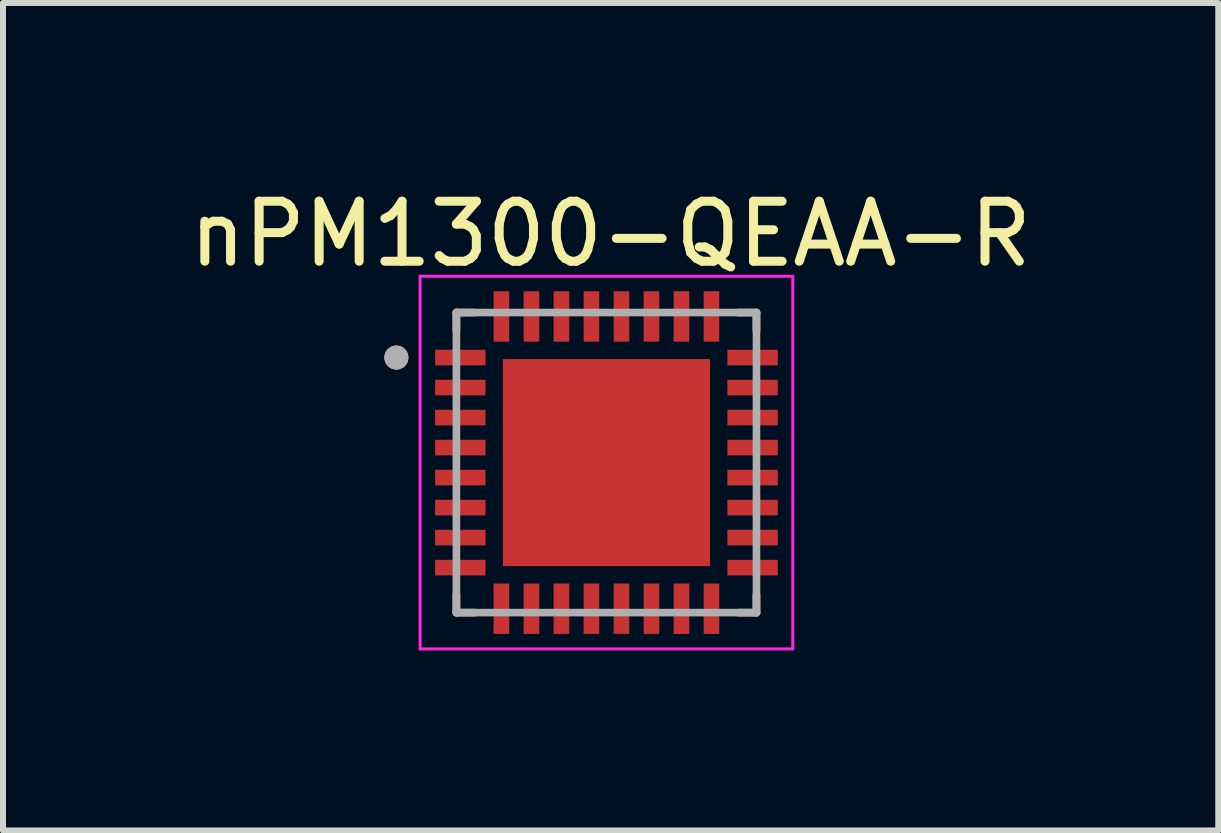
<source format=kicad_pcb>
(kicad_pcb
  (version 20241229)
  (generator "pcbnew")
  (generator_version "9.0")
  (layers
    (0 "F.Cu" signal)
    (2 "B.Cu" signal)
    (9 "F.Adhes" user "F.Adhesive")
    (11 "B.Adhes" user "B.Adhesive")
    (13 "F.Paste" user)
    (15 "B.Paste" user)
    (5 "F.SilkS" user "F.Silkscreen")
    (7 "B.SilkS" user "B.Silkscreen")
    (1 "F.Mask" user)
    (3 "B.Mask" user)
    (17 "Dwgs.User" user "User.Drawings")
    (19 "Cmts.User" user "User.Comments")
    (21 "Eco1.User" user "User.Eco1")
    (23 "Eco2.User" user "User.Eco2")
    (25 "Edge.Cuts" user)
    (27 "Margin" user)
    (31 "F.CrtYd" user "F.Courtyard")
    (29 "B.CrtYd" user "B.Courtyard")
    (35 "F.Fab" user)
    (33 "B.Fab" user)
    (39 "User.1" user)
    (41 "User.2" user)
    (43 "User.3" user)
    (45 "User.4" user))
  (footprint "nPM1300-QEAA-R"
    (layer "F.Cu")
    (at 7.055 4.658)
    (property "Reference" "nPM1300-QEAA-R" (at 0.07 -3.81 0) (layer "F.SilkS") (effects (font (size 1 1) (thickness 0.15))))
    (attr smd)
    (fp_poly (pts (xy -2.905 -1.93) (xy -1.965 -1.93) (xy -1.965 -1.57) (xy -2.905 -1.57)) (stroke (width 0.01) (type solid)) (fill yes) (layer "F.Mask"))
    (fp_poly (pts (xy -2.905 -1.43) (xy -1.965 -1.43) (xy -1.965 -1.07) (xy -2.905 -1.07)) (stroke (width 0.01) (type solid)) (fill yes) (layer "F.Mask"))
    (fp_poly (pts (xy -2.905 -0.93) (xy -1.965 -0.93) (xy -1.965 -0.57) (xy -2.905 -0.57)) (stroke (width 0.01) (type solid)) (fill yes) (layer "F.Mask"))
    (fp_poly (pts (xy -2.905 -0.43) (xy -1.965 -0.43) (xy -1.965 -0.07) (xy -2.905 -0.07)) (stroke (width 0.01) (type solid)) (fill yes) (layer "F.Mask"))
    (fp_poly (pts (xy -2.905 0.07) (xy -1.965 0.07) (xy -1.965 0.43) (xy -2.905 0.43)) (stroke (width 0.01) (type solid)) (fill yes) (layer "F.Mask"))
    (fp_poly (pts (xy -2.905 0.57) (xy -1.965 0.57) (xy -1.965 0.93) (xy -2.905 0.93)) (stroke (width 0.01) (type solid)) (fill yes) (layer "F.Mask"))
    (fp_poly (pts (xy -2.905 1.07) (xy -1.965 1.07) (xy -1.965 1.43) (xy -2.905 1.43)) (stroke (width 0.01) (type solid)) (fill yes) (layer "F.Mask"))
    (fp_poly (pts (xy -2.905 1.57) (xy -1.965 1.57) (xy -1.965 1.93) (xy -2.905 1.93)) (stroke (width 0.01) (type solid)) (fill yes) (layer "F.Mask"))
    (fp_poly (pts (xy -1.93 -2.905) (xy -1.57 -2.905) (xy -1.57 -1.965) (xy -1.93 -1.965)) (stroke (width 0.01) (type solid)) (fill yes) (layer "F.Mask"))
    (fp_poly (pts (xy -1.93 1.965) (xy -1.57 1.965) (xy -1.57 2.905) (xy -1.93 2.905)) (stroke (width 0.01) (type solid)) (fill yes) (layer "F.Mask"))
    (fp_poly (pts (xy -1.43 -2.905) (xy -1.07 -2.905) (xy -1.07 -1.965) (xy -1.43 -1.965)) (stroke (width 0.01) (type solid)) (fill yes) (layer "F.Mask"))
    (fp_poly (pts (xy -1.43 1.965) (xy -1.07 1.965) (xy -1.07 2.905) (xy -1.43 2.905)) (stroke (width 0.01) (type solid)) (fill yes) (layer "F.Mask"))
    (fp_poly (pts (xy -0.93 -2.905) (xy -0.57 -2.905) (xy -0.57 -1.965) (xy -0.93 -1.965)) (stroke (width 0.01) (type solid)) (fill yes) (layer "F.Mask"))
    (fp_poly (pts (xy -0.93 1.965) (xy -0.57 1.965) (xy -0.57 2.905) (xy -0.93 2.905)) (stroke (width 0.01) (type solid)) (fill yes) (layer "F.Mask"))
    (fp_poly (pts (xy -0.43 -2.905) (xy -0.07 -2.905) (xy -0.07 -1.965) (xy -0.43 -1.965)) (stroke (width 0.01) (type solid)) (fill yes) (layer "F.Mask"))
    (fp_poly (pts (xy -0.43 1.965) (xy -0.07 1.965) (xy -0.07 2.905) (xy -0.43 2.905)) (stroke (width 0.01) (type solid)) (fill yes) (layer "F.Mask"))
    (fp_poly (pts (xy -0.18 -2.905) (xy 0.18 -2.905) (xy 0.18 -1.965) (xy -0.18 -1.965)) (stroke (width 0.01) (type solid)) (fill yes) (layer "F.Mask"))
    (fp_poly (pts (xy 0.07 -2.905) (xy 0.43 -2.905) (xy 0.43 -1.965) (xy 0.07 -1.965)) (stroke (width 0.01) (type solid)) (fill yes) (layer "F.Mask"))
    (fp_poly (pts (xy 0.07 1.965) (xy 0.43 1.965) (xy 0.43 2.905) (xy 0.07 2.905)) (stroke (width 0.01) (type solid)) (fill yes) (layer "F.Mask"))
    (fp_poly (pts (xy 0.57 -2.905) (xy 0.93 -2.905) (xy 0.93 -1.965) (xy 0.57 -1.965)) (stroke (width 0.01) (type solid)) (fill yes) (layer "F.Mask"))
    (fp_poly (pts (xy 0.57 1.965) (xy 0.93 1.965) (xy 0.93 2.905) (xy 0.57 2.905)) (stroke (width 0.01) (type solid)) (fill yes) (layer "F.Mask"))
    (fp_poly (pts (xy 1.07 -2.905) (xy 1.43 -2.905) (xy 1.43 -1.965) (xy 1.07 -1.965)) (stroke (width 0.01) (type solid)) (fill yes) (layer "F.Mask"))
    (fp_poly (pts (xy 1.07 1.965) (xy 1.43 1.965) (xy 1.43 2.905) (xy 1.07 2.905)) (stroke (width 0.01) (type solid)) (fill yes) (layer "F.Mask"))
    (fp_poly (pts (xy 1.57 -2.905) (xy 1.93 -2.905) (xy 1.93 -1.965) (xy 1.57 -1.965)) (stroke (width 0.01) (type solid)) (fill yes) (layer "F.Mask"))
    (fp_poly (pts (xy 1.57 1.965) (xy 1.93 1.965) (xy 1.93 2.905) (xy 1.57 2.905)) (stroke (width 0.01) (type solid)) (fill yes) (layer "F.Mask"))
    (fp_poly (pts (xy 1.965 -1.93) (xy 2.905 -1.93) (xy 2.905 -1.57) (xy 1.965 -1.57)) (stroke (width 0.01) (type solid)) (fill yes) (layer "F.Mask"))
    (fp_poly (pts (xy 1.965 -1.43) (xy 2.905 -1.43) (xy 2.905 -1.07) (xy 1.965 -1.07)) (stroke (width 0.01) (type solid)) (fill yes) (layer "F.Mask"))
    (fp_poly (pts (xy 1.965 -0.93) (xy 2.905 -0.93) (xy 2.905 -0.57) (xy 1.965 -0.57)) (stroke (width 0.01) (type solid)) (fill yes) (layer "F.Mask"))
    (fp_poly (pts (xy 1.965 -0.43) (xy 2.905 -0.43) (xy 2.905 -0.07) (xy 1.965 -0.07)) (stroke (width 0.01) (type solid)) (fill yes) (layer "F.Mask"))
    (fp_poly (pts (xy 1.965 0.07) (xy 2.905 0.07) (xy 2.905 0.43) (xy 1.965 0.43)) (stroke (width 0.01) (type solid)) (fill yes) (layer "F.Mask"))
    (fp_poly (pts (xy 1.965 0.57) (xy 2.905 0.57) (xy 2.905 0.93) (xy 1.965 0.93)) (stroke (width 0.01) (type solid)) (fill yes) (layer "F.Mask"))
    (fp_poly (pts (xy 1.965 1.07) (xy 2.905 1.07) (xy 2.905 1.43) (xy 1.965 1.43)) (stroke (width 0.01) (type solid)) (fill yes) (layer "F.Mask"))
    (fp_poly (pts (xy 1.965 1.57) (xy 2.905 1.57) (xy 2.905 1.93) (xy 1.965 1.93)) (stroke (width 0.01) (type solid)) (fill yes) (layer "F.Mask"))
    (fp_line (start -2.5 -2.5) (end -2.5 -2.2) (stroke (width 0.127) (type solid)) (layer "F.SilkS"))
    (fp_line (start -2.5 -2.5) (end -2.2 -2.5) (stroke (width 0.127) (type solid)) (layer "F.SilkS"))
    (fp_line (start -2.5 2.5) (end -2.5 2.2) (stroke (width 0.127) (type solid)) (layer "F.SilkS"))
    (fp_line (start -2.5 2.5) (end -2.2 2.5) (stroke (width 0.127) (type solid)) (layer "F.SilkS"))
    (fp_line (start 2.2 -2.5) (end 2.5 -2.5) (stroke (width 0.127) (type solid)) (layer "F.SilkS"))
    (fp_line (start 2.2 2.5) (end 2.5 2.5) (stroke (width 0.127) (type solid)) (layer "F.SilkS"))
    (fp_line (start 2.5 -2.5) (end 2.5 -2.2) (stroke (width 0.127) (type solid)) (layer "F.SilkS"))
    (fp_line (start 2.5 2.5) (end 2.5 2.2) (stroke (width 0.127) (type solid)) (layer "F.SilkS"))
    (fp_circle (center -3.5 -1.75) (end -3.4 -1.75) (stroke (width 0.2) (type solid)) (fill no) (layer "F.SilkS"))
    (fp_poly (pts (xy -1.091 -1.091) (xy 1.091 -1.091) (xy 1.091 1.091) (xy -1.091 1.091)) (stroke (width 0.01) (type solid)) (fill yes) (layer "F.Paste"))
    (fp_line (start -3.105 -3.105) (end 3.105 -3.105) (stroke (width 0.05) (type solid)) (layer "F.CrtYd"))
    (fp_line (start -3.105 3.105) (end -3.105 -3.105) (stroke (width 0.05) (type solid)) (layer "F.CrtYd"))
    (fp_line (start 3.105 -3.105) (end 3.105 3.105) (stroke (width 0.05) (type solid)) (layer "F.CrtYd"))
    (fp_line (start 3.105 3.105) (end -3.105 3.105) (stroke (width 0.05) (type solid)) (layer "F.CrtYd"))
    (fp_line (start -2.5 -2.5) (end -2.5 2.5) (stroke (width 0.127) (type solid)) (layer "F.Fab"))
    (fp_line (start -2.5 2.5) (end 2.5 2.5) (stroke (width 0.127) (type solid)) (layer "F.Fab"))
    (fp_line (start 2.5 -2.5) (end -2.5 -2.5) (stroke (width 0.127) (type solid)) (layer "F.Fab"))
    (fp_line (start 2.5 2.5) (end 2.5 -2.5) (stroke (width 0.127) (type solid)) (layer "F.Fab"))
    (fp_circle (center -3.5 -1.75) (end -3.4 -1.75) (stroke (width 0.2) (type solid)) (fill no) (layer "F.Fab"))
    (pad "1" smd rect (at -2.435 -1.75) (size 0.84 0.26) (layers "F.Cu" "F.Paste"))
    (pad "2" smd rect (at -2.435 -1.25) (size 0.84 0.26) (layers "F.Cu" "F.Paste"))
    (pad "3" smd rect (at -2.435 -0.75) (size 0.84 0.26) (layers "F.Cu" "F.Paste"))
    (pad "4" smd rect (at -2.435 -0.25) (size 0.84 0.26) (layers "F.Cu" "F.Paste"))
    (pad "5" smd rect (at -2.435 0.25) (size 0.84 0.26) (layers "F.Cu" "F.Paste"))
    (pad "6" smd rect (at -2.435 0.75) (size 0.84 0.26) (layers "F.Cu" "F.Paste"))
    (pad "7" smd rect (at -2.435 1.25) (size 0.84 0.26) (layers "F.Cu" "F.Paste"))
    (pad "8" smd rect (at -2.435 1.75) (size 0.84 0.26) (layers "F.Cu" "F.Paste"))
    (pad "9" smd rect (at -1.75 2.435) (size 0.26 0.84) (layers "F.Cu" "F.Paste"))
    (pad "10" smd rect (at -1.25 2.435) (size 0.26 0.84) (layers "F.Cu" "F.Paste"))
    (pad "11" smd rect (at -0.75 2.435) (size 0.26 0.84) (layers "F.Cu" "F.Paste"))
    (pad "12" smd rect (at -0.25 2.435) (size 0.26 0.84) (layers "F.Cu" "F.Paste"))
    (pad "13" smd rect (at 0.25 2.435) (size 0.26 0.84) (layers "F.Cu" "F.Paste"))
    (pad "14" smd rect (at 0.75 2.435) (size 0.26 0.84) (layers "F.Cu" "F.Paste"))
    (pad "15" smd rect (at 1.25 2.435) (size 0.26 0.84) (layers "F.Cu" "F.Paste"))
    (pad "16" smd rect (at 1.75 2.435) (size 0.26 0.84) (layers "F.Cu" "F.Paste"))
    (pad "17" smd rect (at 2.435 1.75) (size 0.84 0.26) (layers "F.Cu" "F.Paste"))
    (pad "18" smd rect (at 2.435 1.25) (size 0.84 0.26) (layers "F.Cu" "F.Paste"))
    (pad "19" smd rect (at 2.435 0.75) (size 0.84 0.26) (layers "F.Cu" "F.Paste"))
    (pad "20" smd rect (at 2.435 0.25) (size 0.84 0.26) (layers "F.Cu" "F.Paste"))
    (pad "21" smd rect (at 2.435 -0.25) (size 0.84 0.26) (layers "F.Cu" "F.Paste"))
    (pad "22" smd rect (at 2.435 -0.75) (size 0.84 0.26) (layers "F.Cu" "F.Paste"))
    (pad "23" smd rect (at 2.435 -1.25) (size 0.84 0.26) (layers "F.Cu" "F.Paste"))
    (pad "24" smd rect (at 2.435 -1.75) (size 0.84 0.26) (layers "F.Cu" "F.Paste"))
    (pad "25" smd rect (at 1.75 -2.435) (size 0.26 0.84) (layers "F.Cu" "F.Paste"))
    (pad "26" smd rect (at 1.25 -2.435) (size 0.26 0.84) (layers "F.Cu" "F.Paste"))
    (pad "27" smd rect (at 0.75 -2.435) (size 0.26 0.84) (layers "F.Cu" "F.Paste"))
    (pad "28" smd rect (at 0.25 -2.435) (size 0.26 0.84) (layers "F.Cu" "F.Paste"))
    (pad "29" smd rect (at -0.25 -2.435) (size 0.26 0.84) (layers "F.Cu" "F.Paste"))
    (pad "30" smd rect (at -0.75 -2.435) (size 0.26 0.84) (layers "F.Cu" "F.Paste"))
    (pad "31" smd rect (at -1.25 -2.435) (size 0.26 0.84) (layers "F.Cu" "F.Paste"))
    (pad "32" smd rect (at -1.75 -2.435) (size 0.26 0.84) (layers "F.Cu" "F.Paste"))
    (pad "33" smd rect (at 0 0) (size 3.45 3.45) (layers "F.Cu" "F.Mask")))
  (gr_rect
    (start -3 -3)
    (end 17.25 10.788)
    (stroke (width 0.1) (type default))
    (fill no)
    (layer "Edge.Cuts")))
</source>
